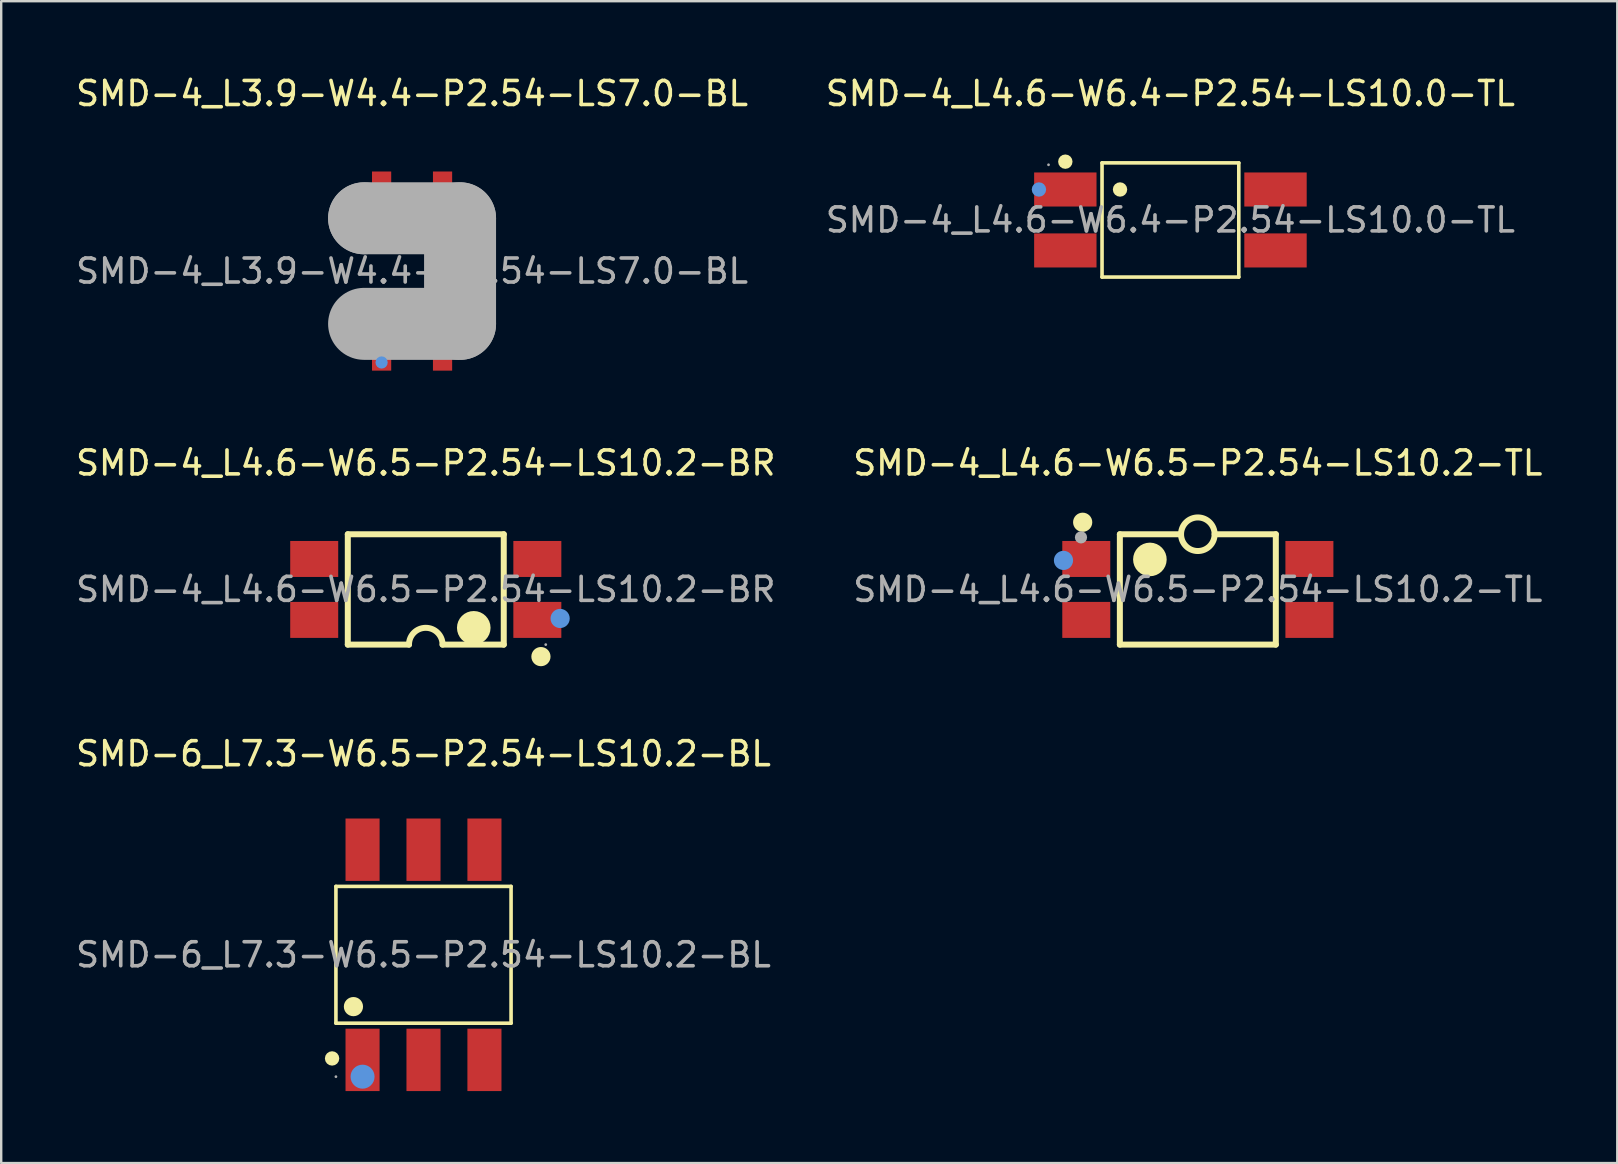
<source format=kicad_pcb>
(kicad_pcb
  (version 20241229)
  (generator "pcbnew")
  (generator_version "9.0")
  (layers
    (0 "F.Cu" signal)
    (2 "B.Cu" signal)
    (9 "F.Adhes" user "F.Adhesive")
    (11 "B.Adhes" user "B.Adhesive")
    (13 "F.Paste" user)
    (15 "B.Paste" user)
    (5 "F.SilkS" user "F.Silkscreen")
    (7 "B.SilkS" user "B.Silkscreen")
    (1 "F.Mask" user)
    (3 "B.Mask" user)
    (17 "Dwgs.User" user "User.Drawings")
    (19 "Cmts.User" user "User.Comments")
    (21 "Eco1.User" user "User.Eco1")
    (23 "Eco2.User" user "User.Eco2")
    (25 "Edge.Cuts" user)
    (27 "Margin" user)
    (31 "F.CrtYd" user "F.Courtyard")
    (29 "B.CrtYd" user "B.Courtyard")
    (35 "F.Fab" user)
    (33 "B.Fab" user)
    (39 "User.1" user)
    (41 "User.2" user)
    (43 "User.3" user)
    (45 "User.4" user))
  (footprint "SMD-4_L4.6-W6.5-P2.54-LS10.2-BR"
    (layer "F.Cu")
    (at 14.696 21.517)
    (property "Reference" "SMD-4_L4.6-W6.5-P2.54-LS10.2-BR" (at 0 -5.27 0) (layer "F.SilkS") (effects (font (size 1 1) (thickness 0.15))))
    (attr through_hole)
    (fp_line (start -3.25 -2.3) (end 3.25 -2.3) (stroke (width 0.25) (type solid)) (layer "F.SilkS"))
    (fp_line (start -3.25 2.3) (end -3.25 -2.3) (stroke (width 0.25) (type solid)) (layer "F.SilkS"))
    (fp_line (start -3.25 2.3) (end -0.7 2.3) (stroke (width 0.25) (type solid)) (layer "F.SilkS"))
    (fp_line (start 3.25 -2.3) (end 3.25 2.3) (stroke (width 0.25) (type solid)) (layer "F.SilkS"))
    (fp_line (start 3.25 2.3) (end 0.7 2.3) (stroke (width 0.25) (type solid)) (layer "F.SilkS"))
    (fp_arc (start -0.7 2.3) (mid 0 1.6) (end 0.7 2.3) (stroke (width 0.25) (type solid)) (layer "F.SilkS"))
    (fp_arc (start 2 1.6) (mid 2 1.6) (end 2 1.6) (stroke (width 0.7) (type solid)) (layer "F.SilkS"))
    (fp_arc (start 4.8 2.8) (mid 4.8 2.8) (end 4.8 2.8) (stroke (width 0.4) (type solid)) (layer "F.SilkS"))
    (fp_circle (center 5.6 1.21) (end 5.8 1.21) (stroke (width 0.4) (type solid)) (fill no) (layer "Cmts.User"))
    (fp_circle (center 5 2.3) (end 5.03 2.3) (stroke (width 0.06) (type solid)) (fill no) (layer "F.Fab"))
    (fp_text user "${REFERENCE}" (at 0 0 0) (layer "F.Fab") (effects (font (size 1 1) (thickness 0.15))))
    (pad "1" smd rect (at 4.65 1.27 270) (size 1.5 2) (layers "F.Cu" "F.Mask" "F.Paste"))
    (pad "2" smd rect (at 4.65 -1.27 270) (size 1.5 2) (layers "F.Cu" "F.Mask" "F.Paste"))
    (pad "3" smd rect (at -4.65 -1.27 270) (size 1.5 2) (layers "F.Cu" "F.Mask" "F.Paste"))
    (pad "4" smd rect (at -4.65 1.27 270) (size 1.5 2) (layers "F.Cu" "F.Mask" "F.Paste")))
  (footprint "SMD-4_L4.6-W6.4-P2.54-LS10.0-TL"
    (layer "F.Cu")
    (at 45.732 6.118)
    (property "Reference" "SMD-4_L4.6-W6.4-P2.54-LS10.0-TL" (at 0 -5.27 0) (layer "F.SilkS") (effects (font (size 1 1) (thickness 0.15))))
    (attr through_hole)
    (fp_line (start -2.85 -2.38) (end 2.85 -2.38) (stroke (width 0.15) (type solid)) (layer "F.SilkS"))
    (fp_line (start -2.85 2.38) (end -2.85 -2.38) (stroke (width 0.15) (type solid)) (layer "F.SilkS"))
    (fp_line (start 2.85 -2.38) (end 2.85 2.38) (stroke (width 0.15) (type solid)) (layer "F.SilkS"))
    (fp_line (start 2.85 2.38) (end -2.85 2.38) (stroke (width 0.15) (type solid)) (layer "F.SilkS"))
    (fp_circle (center -4.38 -2.43) (end -4.23 -2.43) (stroke (width 0.3) (type solid)) (fill no) (layer "F.SilkS"))
    (fp_circle (center -2.1 -1.27) (end -1.95 -1.27) (stroke (width 0.3) (type solid)) (fill no) (layer "F.SilkS"))
    (fp_circle (center -5.48 -1.27) (end -5.33 -1.27) (stroke (width 0.3) (type solid)) (fill no) (layer "Cmts.User"))
    (fp_circle (center -5.08 -2.3) (end -5.05 -2.3) (stroke (width 0.06) (type solid)) (fill no) (layer "F.Fab"))
    (fp_text user "${REFERENCE}" (at 0 0 0) (layer "F.Fab") (effects (font (size 1 1) (thickness 0.15))))
    (pad "1" smd rect (at -4.38 -1.27) (size 2.6 1.42) (layers "F.Cu" "F.Mask" "F.Paste"))
    (pad "2" smd rect (at -4.38 1.27) (size 2.6 1.42) (layers "F.Cu" "F.Mask" "F.Paste"))
    (pad "3" smd rect (at 4.38 1.27) (size 2.6 1.42) (layers "F.Cu" "F.Mask" "F.Paste"))
    (pad "4" smd rect (at 4.38 -1.27) (size 2.6 1.42) (layers "F.Cu" "F.Mask" "F.Paste")))
  (footprint "SMD-4_L4.6-W6.5-P2.54-LS10.2-TL"
    (layer "F.Cu")
    (at 46.875 21.517)
    (property "Reference" "SMD-4_L4.6-W6.5-P2.54-LS10.2-TL" (at 0 -5.27 0) (layer "F.SilkS") (effects (font (size 1 1) (thickness 0.15))))
    (attr through_hole)
    (fp_line (start -3.25 -2.3) (end -0.7 -2.3) (stroke (width 0.25) (type solid)) (layer "F.SilkS"))
    (fp_line (start -3.25 2.3) (end -3.25 -2.3) (stroke (width 0.25) (type solid)) (layer "F.SilkS"))
    (fp_line (start 3.25 -2.3) (end 0.7 -2.3) (stroke (width 0.25) (type solid)) (layer "F.SilkS"))
    (fp_line (start 3.25 -2.3) (end 3.25 2.3) (stroke (width 0.25) (type solid)) (layer "F.SilkS"))
    (fp_line (start 3.25 2.3) (end -3.25 2.3) (stroke (width 0.25) (type solid)) (layer "F.SilkS"))
    (fp_arc (start -4.8 -2.8) (mid -4.8 -2.8) (end -4.8 -2.8) (stroke (width 0.4) (type solid)) (layer "F.SilkS"))
    (fp_arc (start -1.99 -1.6) (mid -2.00499 -0.899893) (end -2.000021 -1.600143) (stroke (width 0.7) (type solid)) (layer "F.SilkS"))
    (fp_arc (start -0.699893 -2.312217) (mid 0.699973 -2.293891) (end -0.7 -2.3) (stroke (width 0.25) (type solid)) (layer "F.SilkS"))
    (fp_circle (center -5.6 -1.21) (end -5.4 -1.21) (stroke (width 0.4) (type solid)) (fill no) (layer "Cmts.User"))
    (fp_circle (center -4.87 -2.17) (end -4.74 -2.17) (stroke (width 0.25) (type solid)) (fill no) (layer "F.Fab"))
    (fp_text user "${REFERENCE}" (at 0 0 0) (layer "F.Fab") (effects (font (size 1 1) (thickness 0.15))))
    (pad "1" smd rect (at -4.65 -1.27 90) (size 1.5 2) (layers "F.Cu" "F.Mask" "F.Paste"))
    (pad "2" smd rect (at -4.65 1.27 90) (size 1.5 2) (layers "F.Cu" "F.Mask" "F.Paste"))
    (pad "3" smd rect (at 4.65 1.27 90) (size 1.5 2) (layers "F.Cu" "F.Mask" "F.Paste"))
    (pad "4" smd rect (at 4.65 -1.27 90) (size 1.5 2) (layers "F.Cu" "F.Mask" "F.Paste")))
  (footprint "SMD-6_L7.3-W6.5-P2.54-LS10.2-BL"
    (layer "F.Cu")
    (at 14.601 36.745)
    (property "Reference" "SMD-6_L7.3-W6.5-P2.54-LS10.2-BL" (at 0 -8.38 0) (layer "F.SilkS") (effects (font (size 1 1) (thickness 0.15))))
    (attr through_hole)
    (fp_line (start -3.65 -2.85) (end 3.65 -2.85) (stroke (width 0.15) (type solid)) (layer "F.SilkS"))
    (fp_line (start -3.65 2.85) (end -3.65 -2.85) (stroke (width 0.15) (type solid)) (layer "F.SilkS"))
    (fp_line (start 3.65 -2.85) (end 3.65 2.85) (stroke (width 0.15) (type solid)) (layer "F.SilkS"))
    (fp_line (start 3.65 2.85) (end -3.65 2.85) (stroke (width 0.15) (type solid)) (layer "F.SilkS"))
    (fp_circle (center -3.81 4.32) (end -3.66 4.32) (stroke (width 0.3) (type solid)) (fill no) (layer "F.SilkS"))
    (fp_circle (center -2.92 2.16) (end -2.72 2.16) (stroke (width 0.4) (type solid)) (fill no) (layer "F.SilkS"))
    (fp_circle (center -2.54 5.08) (end -2.29 5.08) (stroke (width 0.5) (type solid)) (fill no) (layer "Cmts.User"))
    (fp_circle (center -3.65 5.08) (end -3.62 5.08) (stroke (width 0.06) (type solid)) (fill no) (layer "F.Fab"))
    (fp_text user "${REFERENCE}" (at 0 0 0) (layer "F.Fab") (effects (font (size 1 1) (thickness 0.15))))
    (pad "1" smd rect (at -2.54 4.38) (size 1.42 2.6) (layers "F.Cu" "F.Mask" "F.Paste"))
    (pad "2" smd rect (at 0 4.38) (size 1.42 2.6) (layers "F.Cu" "F.Mask" "F.Paste"))
    (pad "3" smd rect (at 2.54 4.38) (size 1.42 2.6) (layers "F.Cu" "F.Mask" "F.Paste"))
    (pad "4" smd rect (at 2.54 -4.38) (size 1.42 2.6) (layers "F.Cu" "F.Mask" "F.Paste"))
    (pad "5" smd rect (at 0 -4.38) (size 1.42 2.6) (layers "F.Cu" "F.Mask" "F.Paste"))
    (pad "6" smd rect (at -2.54 -4.38) (size 1.42 2.6) (layers "F.Cu" "F.Mask" "F.Paste")))
  (footprint "SMD-4_L3.9-W4.4-P2.54-LS7.0-BL"
    (layer "F.Cu")
    (at 14.125 8.248)
    (property "Reference" "SMD-4_L3.9-W4.4-P2.54-LS7.0-BL" (at 0 -7.4 0) (layer "F.SilkS") (effects (font (size 1 1) (thickness 0.15))))
    (attr through_hole)
    (fp_circle (center -2.29 2.79) (end -2.11 2.79) (stroke (width 0.25) (type solid)) (fill no) (layer "F.SilkS"))
    (fp_circle (center -1.02 1.27) (end -0.64 1.27) (stroke (width 0.25) (type solid)) (fill no) (layer "F.SilkS"))
    (fp_circle (center -1.27 3.81) (end -1.14 3.81) (stroke (width 0.25) (type solid)) (fill no) (layer "Cmts.User"))
    (fp_line (start -2 -2.2) (end -2 -2.2) (stroke (width 3) (type solid)) (layer "F.Fab"))
    (fp_line (start -2 -2.2) (end 2 -2.2) (stroke (width 3) (type solid)) (layer "F.Fab"))
    (fp_line (start 2 -2.2) (end 2 2.2) (stroke (width 3) (type solid)) (layer "F.Fab"))
    (fp_line (start 2 2.2) (end -2 2.2) (stroke (width 3) (type solid)) (layer "F.Fab"))
    (fp_circle (center -1.92 3.5) (end -1.89 3.5) (stroke (width 0.06) (type solid)) (fill no) (layer "F.Fab"))
    (fp_text user "${REFERENCE}" (at 0 0 0) (layer "F.Fab") (effects (font (size 1 1) (thickness 0.15))))
    (pad "1" smd rect (at -1.27 3.4 90) (size 1.5 0.8) (layers "F.Cu" "F.Mask" "F.Paste"))
    (pad "2" smd rect (at 1.27 3.4 90) (size 1.5 0.8) (layers "F.Cu" "F.Mask" "F.Paste"))
    (pad "3" smd rect (at 1.27 -3.4 90) (size 1.5 0.8) (layers "F.Cu" "F.Mask" "F.Paste"))
    (pad "4" smd rect (at -1.27 -3.4 90) (size 1.5 0.8) (layers "F.Cu" "F.Mask" "F.Paste")))
  (gr_rect
    (start -3 -3)
    (end 64.357 45.425)
    (stroke (width 0.1) (type default))
    (fill no)
    (layer "Edge.Cuts")))
</source>
